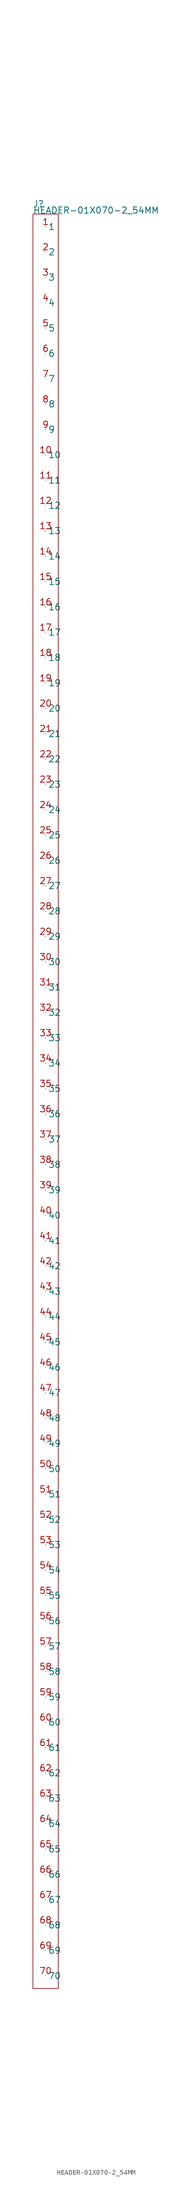
<source format=kicad_sym>
(kicad_symbol_lib
  (version 20211014)
  (generator kicad_symbol_editor)
  (symbol "HEADER-01X070-2_54MM"
    (pin_names)
    (property "Reference" "J"
      (at -2.54 179.07 0)
      (effects (font (size 1.27 1.27)) (justify left bottom)))
    (property "Value" "HEADER-01X070-2_54MM"
      (at -2.54 177.8 0)
      (effects (font (size 1.27 1.27)) (justify left bottom)))
    (property "Datasheet" ""
      (at 0 0 0))
    (property "ki_description" "Header 1x70  - Header Vertical 70POS 2.54MM Technical Specifications: Pitch: 0.1\" (2.54mm) "
      (at 0 0 0))
    (property "ki_fp_filters" "FlashPCB_Connectors:HEADER-THT-01X070-2_54MM FlashPCB_Connectors:HEADER-THT-LONG-01X070-2_54MM FlashPCB_Connectors:HEADER-THT-NOSILK-01X070-2_54MM FlashPCB_Connectors:HEADER-THT-LONG-NOSILK-01X070-2_54MM"
      (at 0 0 0))
    (symbol "HEADER-01X070-2_54MM_1_1"
      (polyline (pts (xy -2.54 177.8) (xy 2.54 177.8)) (stroke (width 0.127)) (fill (type none)))
      (polyline (pts (xy 2.54 177.8) (xy 2.54 -177.8)) (stroke (width 0.127)) (fill (type none)))
      (polyline (pts (xy 2.54 -177.8) (xy -2.54 -177.8)) (stroke (width 0.127)) (fill (type none)))
      (polyline (pts (xy -2.54 -177.8) (xy -2.54 177.8)) (stroke (width 0.127)) (fill (type none)))
      (pin bidirectional line (at 0 175.26 0) (length 0) (name "1" (effects (font (size 1.27 1.27)))) (number "1" (effects (font (size 1.27 1.27)))))
      (pin bidirectional line (at 0 170.18 0) (length 0) (name "2" (effects (font (size 1.27 1.27)))) (number "2" (effects (font (size 1.27 1.27)))))
      (pin bidirectional line (at 0 165.1 0) (length 0) (name "3" (effects (font (size 1.27 1.27)))) (number "3" (effects (font (size 1.27 1.27)))))
      (pin bidirectional line (at 0 160.02 0) (length 0) (name "4" (effects (font (size 1.27 1.27)))) (number "4" (effects (font (size 1.27 1.27)))))
      (pin bidirectional line (at 0 154.94 0) (length 0) (name "5" (effects (font (size 1.27 1.27)))) (number "5" (effects (font (size 1.27 1.27)))))
      (pin bidirectional line (at 0 149.86 0) (length 0) (name "6" (effects (font (size 1.27 1.27)))) (number "6" (effects (font (size 1.27 1.27)))))
      (pin bidirectional line (at 0 144.78 0) (length 0) (name "7" (effects (font (size 1.27 1.27)))) (number "7" (effects (font (size 1.27 1.27)))))
      (pin bidirectional line (at 0 139.7 0) (length 0) (name "8" (effects (font (size 1.27 1.27)))) (number "8" (effects (font (size 1.27 1.27)))))
      (pin bidirectional line (at 0 134.62 0) (length 0) (name "9" (effects (font (size 1.27 1.27)))) (number "9" (effects (font (size 1.27 1.27)))))
      (pin bidirectional line (at 0 129.54 0) (length 0) (name "10" (effects (font (size 1.27 1.27)))) (number "10" (effects (font (size 1.27 1.27)))))
      (pin bidirectional line (at 0 124.46 0) (length 0) (name "11" (effects (font (size 1.27 1.27)))) (number "11" (effects (font (size 1.27 1.27)))))
      (pin bidirectional line (at 0 119.38 0) (length 0) (name "12" (effects (font (size 1.27 1.27)))) (number "12" (effects (font (size 1.27 1.27)))))
      (pin bidirectional line (at 0 114.3 0) (length 0) (name "13" (effects (font (size 1.27 1.27)))) (number "13" (effects (font (size 1.27 1.27)))))
      (pin bidirectional line (at 0 109.22 0) (length 0) (name "14" (effects (font (size 1.27 1.27)))) (number "14" (effects (font (size 1.27 1.27)))))
      (pin bidirectional line (at 0 104.14 0) (length 0) (name "15" (effects (font (size 1.27 1.27)))) (number "15" (effects (font (size 1.27 1.27)))))
      (pin bidirectional line (at 0 99.06 0) (length 0) (name "16" (effects (font (size 1.27 1.27)))) (number "16" (effects (font (size 1.27 1.27)))))
      (pin bidirectional line (at 0 93.98 0) (length 0) (name "17" (effects (font (size 1.27 1.27)))) (number "17" (effects (font (size 1.27 1.27)))))
      (pin bidirectional line (at 0 88.9 0) (length 0) (name "18" (effects (font (size 1.27 1.27)))) (number "18" (effects (font (size 1.27 1.27)))))
      (pin bidirectional line (at 0 83.82 0) (length 0) (name "19" (effects (font (size 1.27 1.27)))) (number "19" (effects (font (size 1.27 1.27)))))
      (pin bidirectional line (at 0 78.74 0) (length 0) (name "20" (effects (font (size 1.27 1.27)))) (number "20" (effects (font (size 1.27 1.27)))))
      (pin bidirectional line (at 0 73.66 0) (length 0) (name "21" (effects (font (size 1.27 1.27)))) (number "21" (effects (font (size 1.27 1.27)))))
      (pin bidirectional line (at 0 68.58 0) (length 0) (name "22" (effects (font (size 1.27 1.27)))) (number "22" (effects (font (size 1.27 1.27)))))
      (pin bidirectional line (at 0 63.5 0) (length 0) (name "23" (effects (font (size 1.27 1.27)))) (number "23" (effects (font (size 1.27 1.27)))))
      (pin bidirectional line (at 0 58.42 0) (length 0) (name "24" (effects (font (size 1.27 1.27)))) (number "24" (effects (font (size 1.27 1.27)))))
      (pin bidirectional line (at 0 53.34 0) (length 0) (name "25" (effects (font (size 1.27 1.27)))) (number "25" (effects (font (size 1.27 1.27)))))
      (pin bidirectional line (at 0 48.26 0) (length 0) (name "26" (effects (font (size 1.27 1.27)))) (number "26" (effects (font (size 1.27 1.27)))))
      (pin bidirectional line (at 0 43.18 0) (length 0) (name "27" (effects (font (size 1.27 1.27)))) (number "27" (effects (font (size 1.27 1.27)))))
      (pin bidirectional line (at 0 38.1 0) (length 0) (name "28" (effects (font (size 1.27 1.27)))) (number "28" (effects (font (size 1.27 1.27)))))
      (pin bidirectional line (at 0 33.02 0) (length 0) (name "29" (effects (font (size 1.27 1.27)))) (number "29" (effects (font (size 1.27 1.27)))))
      (pin bidirectional line (at 0 27.94 0) (length 0) (name "30" (effects (font (size 1.27 1.27)))) (number "30" (effects (font (size 1.27 1.27)))))
      (pin bidirectional line (at 0 22.86 0) (length 0) (name "31" (effects (font (size 1.27 1.27)))) (number "31" (effects (font (size 1.27 1.27)))))
      (pin bidirectional line (at 0 17.78 0) (length 0) (name "32" (effects (font (size 1.27 1.27)))) (number "32" (effects (font (size 1.27 1.27)))))
      (pin bidirectional line (at 0 12.7 0) (length 0) (name "33" (effects (font (size 1.27 1.27)))) (number "33" (effects (font (size 1.27 1.27)))))
      (pin bidirectional line (at 0 7.62 0) (length 0) (name "34" (effects (font (size 1.27 1.27)))) (number "34" (effects (font (size 1.27 1.27)))))
      (pin bidirectional line (at 0 2.54 0) (length 0) (name "35" (effects (font (size 1.27 1.27)))) (number "35" (effects (font (size 1.27 1.27)))))
      (pin bidirectional line (at 0 -2.54 0) (length 0) (name "36" (effects (font (size 1.27 1.27)))) (number "36" (effects (font (size 1.27 1.27)))))
      (pin bidirectional line (at 0 -7.62 0) (length 0) (name "37" (effects (font (size 1.27 1.27)))) (number "37" (effects (font (size 1.27 1.27)))))
      (pin bidirectional line (at 0 -12.7 0) (length 0) (name "38" (effects (font (size 1.27 1.27)))) (number "38" (effects (font (size 1.27 1.27)))))
      (pin bidirectional line (at 0 -17.78 0) (length 0) (name "39" (effects (font (size 1.27 1.27)))) (number "39" (effects (font (size 1.27 1.27)))))
      (pin bidirectional line (at 0 -22.86 0) (length 0) (name "40" (effects (font (size 1.27 1.27)))) (number "40" (effects (font (size 1.27 1.27)))))
      (pin bidirectional line (at 0 -27.94 0) (length 0) (name "41" (effects (font (size 1.27 1.27)))) (number "41" (effects (font (size 1.27 1.27)))))
      (pin bidirectional line (at 0 -33.02 0) (length 0) (name "42" (effects (font (size 1.27 1.27)))) (number "42" (effects (font (size 1.27 1.27)))))
      (pin bidirectional line (at 0 -38.1 0) (length 0) (name "43" (effects (font (size 1.27 1.27)))) (number "43" (effects (font (size 1.27 1.27)))))
      (pin bidirectional line (at 0 -43.18 0) (length 0) (name "44" (effects (font (size 1.27 1.27)))) (number "44" (effects (font (size 1.27 1.27)))))
      (pin bidirectional line (at 0 -48.26 0) (length 0) (name "45" (effects (font (size 1.27 1.27)))) (number "45" (effects (font (size 1.27 1.27)))))
      (pin bidirectional line (at 0 -53.34 0) (length 0) (name "46" (effects (font (size 1.27 1.27)))) (number "46" (effects (font (size 1.27 1.27)))))
      (pin bidirectional line (at 0 -58.42 0) (length 0) (name "47" (effects (font (size 1.27 1.27)))) (number "47" (effects (font (size 1.27 1.27)))))
      (pin bidirectional line (at 0 -63.5 0) (length 0) (name "48" (effects (font (size 1.27 1.27)))) (number "48" (effects (font (size 1.27 1.27)))))
      (pin bidirectional line (at 0 -68.58 0) (length 0) (name "49" (effects (font (size 1.27 1.27)))) (number "49" (effects (font (size 1.27 1.27)))))
      (pin bidirectional line (at 0 -73.66 0) (length 0) (name "50" (effects (font (size 1.27 1.27)))) (number "50" (effects (font (size 1.27 1.27)))))
      (pin bidirectional line (at 0 -78.74 0) (length 0) (name "51" (effects (font (size 1.27 1.27)))) (number "51" (effects (font (size 1.27 1.27)))))
      (pin bidirectional line (at 0 -83.82 0) (length 0) (name "52" (effects (font (size 1.27 1.27)))) (number "52" (effects (font (size 1.27 1.27)))))
      (pin bidirectional line (at 0 -88.9 0) (length 0) (name "53" (effects (font (size 1.27 1.27)))) (number "53" (effects (font (size 1.27 1.27)))))
      (pin bidirectional line (at 0 -93.98 0) (length 0) (name "54" (effects (font (size 1.27 1.27)))) (number "54" (effects (font (size 1.27 1.27)))))
      (pin bidirectional line (at 0 -99.06 0) (length 0) (name "55" (effects (font (size 1.27 1.27)))) (number "55" (effects (font (size 1.27 1.27)))))
      (pin bidirectional line (at 0 -104.14 0) (length 0) (name "56" (effects (font (size 1.27 1.27)))) (number "56" (effects (font (size 1.27 1.27)))))
      (pin bidirectional line (at 0 -109.22 0) (length 0) (name "57" (effects (font (size 1.27 1.27)))) (number "57" (effects (font (size 1.27 1.27)))))
      (pin bidirectional line (at 0 -114.3 0) (length 0) (name "58" (effects (font (size 1.27 1.27)))) (number "58" (effects (font (size 1.27 1.27)))))
      (pin bidirectional line (at 0 -119.38 0) (length 0) (name "59" (effects (font (size 1.27 1.27)))) (number "59" (effects (font (size 1.27 1.27)))))
      (pin bidirectional line (at 0 -124.46 0) (length 0) (name "60" (effects (font (size 1.27 1.27)))) (number "60" (effects (font (size 1.27 1.27)))))
      (pin bidirectional line (at 0 -129.54 0) (length 0) (name "61" (effects (font (size 1.27 1.27)))) (number "61" (effects (font (size 1.27 1.27)))))
      (pin bidirectional line (at 0 -134.62 0) (length 0) (name "62" (effects (font (size 1.27 1.27)))) (number "62" (effects (font (size 1.27 1.27)))))
      (pin bidirectional line (at 0 -139.7 0) (length 0) (name "63" (effects (font (size 1.27 1.27)))) (number "63" (effects (font (size 1.27 1.27)))))
      (pin bidirectional line (at 0 -144.78 0) (length 0) (name "64" (effects (font (size 1.27 1.27)))) (number "64" (effects (font (size 1.27 1.27)))))
      (pin bidirectional line (at 0 -149.86 0) (length 0) (name "65" (effects (font (size 1.27 1.27)))) (number "65" (effects (font (size 1.27 1.27)))))
      (pin bidirectional line (at 0 -154.94 0) (length 0) (name "66" (effects (font (size 1.27 1.27)))) (number "66" (effects (font (size 1.27 1.27)))))
      (pin bidirectional line (at 0 -160.02 0) (length 0) (name "67" (effects (font (size 1.27 1.27)))) (number "67" (effects (font (size 1.27 1.27)))))
      (pin bidirectional line (at 0 -165.1 0) (length 0) (name "68" (effects (font (size 1.27 1.27)))) (number "68" (effects (font (size 1.27 1.27)))))
      (pin bidirectional line (at 0 -170.18 0) (length 0) (name "69" (effects (font (size 1.27 1.27)))) (number "69" (effects (font (size 1.27 1.27)))))
      (pin bidirectional line (at 0 -175.26 0) (length 0) (name "70" (effects (font (size 1.27 1.27)))) (number "70" (effects (font (size 1.27 1.27))))))))
</source>
